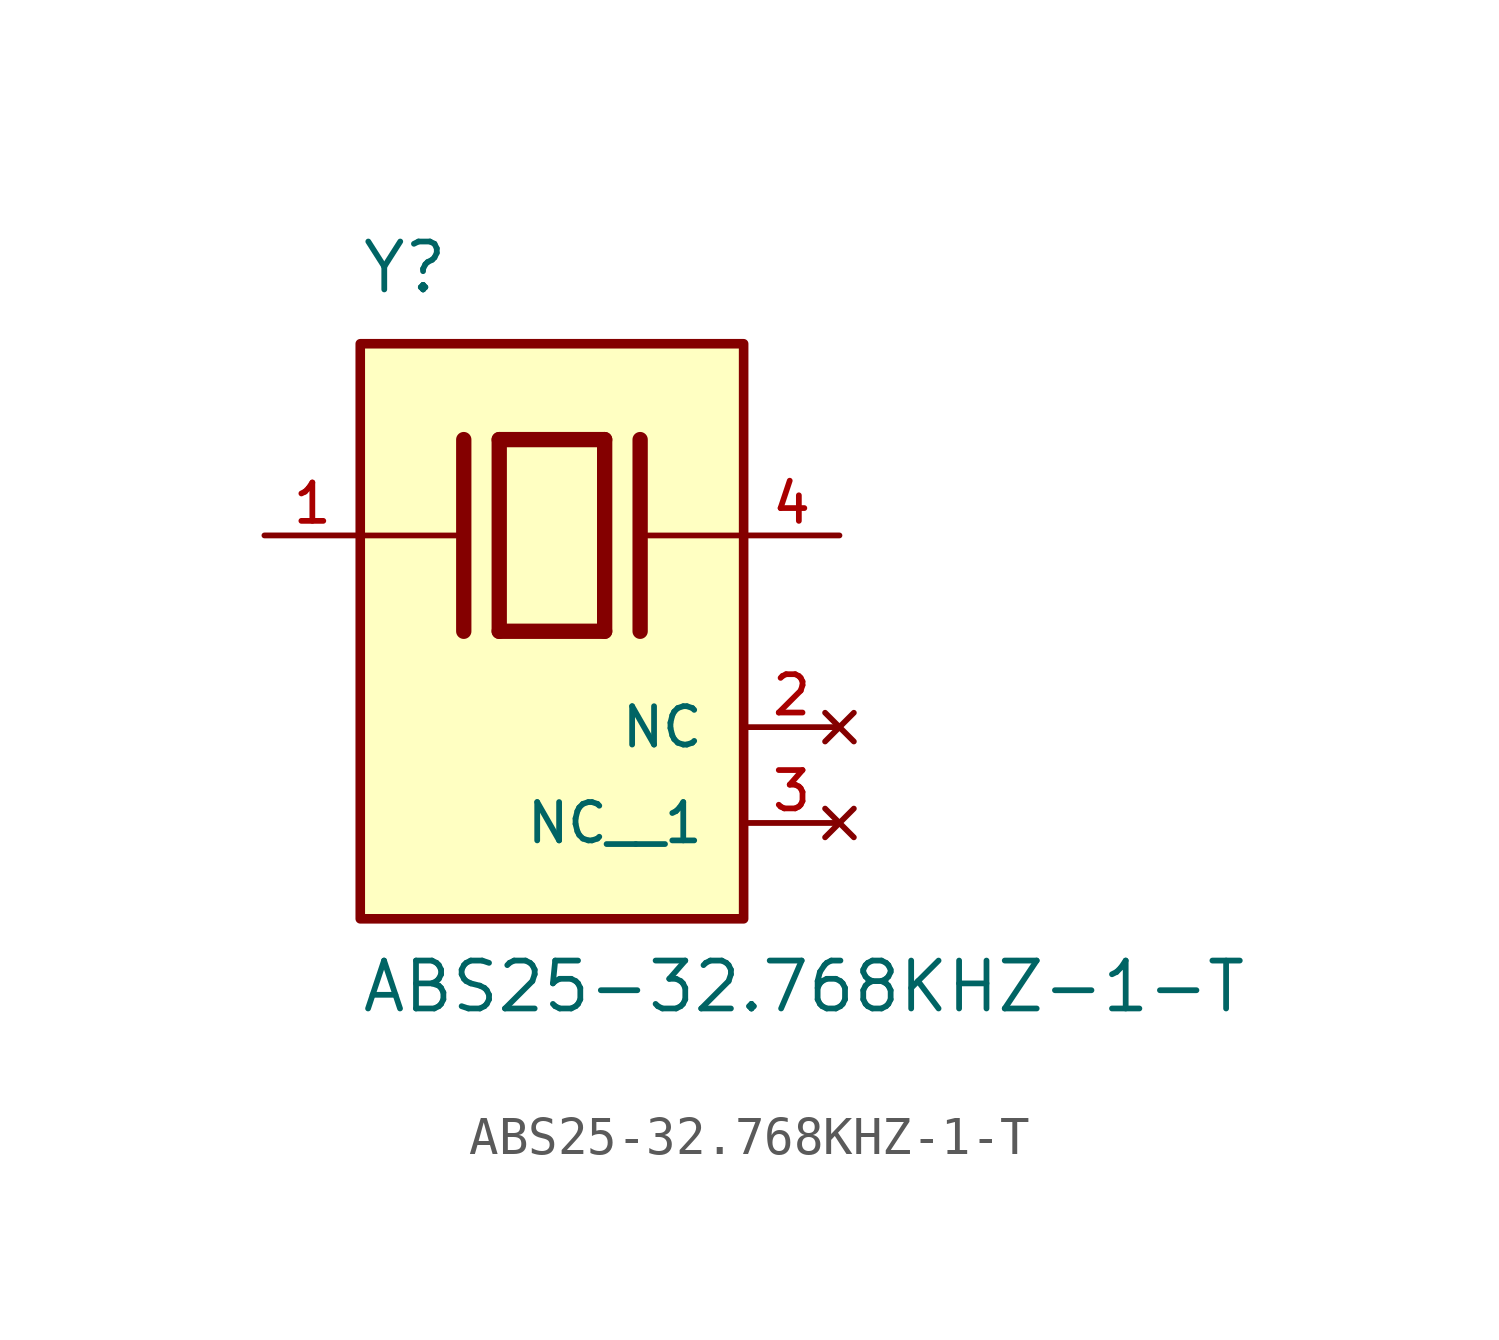
<source format=kicad_sym>
(kicad_symbol_lib
  (version 20211014)
  (generator kicad_symbol_editor)
  (symbol "ABS25-32.768KHZ-1-T"
    (pin_names
      (offset 1.016))
    (property "Reference" "Y"
      (at -5.088 6.356 0)
      (effects (font (size 1.27 1.27)) (justify bottom left)))
    (property "Value" "ABS25-32.768KHZ-1-T"
      (at -5.094 -12.7 0)
      (effects (font (size 1.27 1.27)) (justify bottom left)))
    (symbol "ABS25-32.768KHZ-1-T_0_0"
      (polyline (pts (xy -1.397 2.54) (xy 1.397 2.54)) (stroke (width 0.406)))
      (polyline (pts (xy 1.397 2.54) (xy 1.397 -2.54)) (stroke (width 0.406)))
      (polyline (pts (xy 1.397 -2.54) (xy -1.397 -2.54)) (stroke (width 0.406)))
      (polyline (pts (xy -1.397 2.54) (xy -1.397 -2.54)) (stroke (width 0.406)))
      (polyline (pts (xy 2.337 2.54) (xy 2.337 -2.54)) (stroke (width 0.406)))
      (polyline (pts (xy -2.337 2.54) (xy -2.337 -2.54)) (stroke (width 0.406)))
      (polyline (pts (xy -5.08 0.0) (xy -2.54 0.0)) (stroke (width 0.152)))
      (polyline (pts (xy 2.54 0.0) (xy 5.08 0.0)) (stroke (width 0.152)))
      (rectangle (start -5.08 -10.16) (end 5.08 5.08) (stroke (width 0.254)) (fill (type background)))
      (pin passive line (at 7.62 0.0 180.0) (length 2.54) (name "~" (effects (font (size 1.016 1.016)))) (number "4" (effects (font (size 1.016 1.016)))))
      (pin passive line (at -7.62 0.0 0) (length 2.54) (name "~" (effects (font (size 1.016 1.016)))) (number "1" (effects (font (size 1.016 1.016)))))
      (pin no_connect line (at 7.62 -5.08 180.0) (length 2.54) (name "NC" (effects (font (size 1.016 1.016)))) (number "2" (effects (font (size 1.016 1.016)))))
      (pin no_connect line (at 7.62 -7.62 180.0) (length 2.54) (name "NC__1" (effects (font (size 1.016 1.016)))) (number "3" (effects (font (size 1.016 1.016))))))))
</source>
